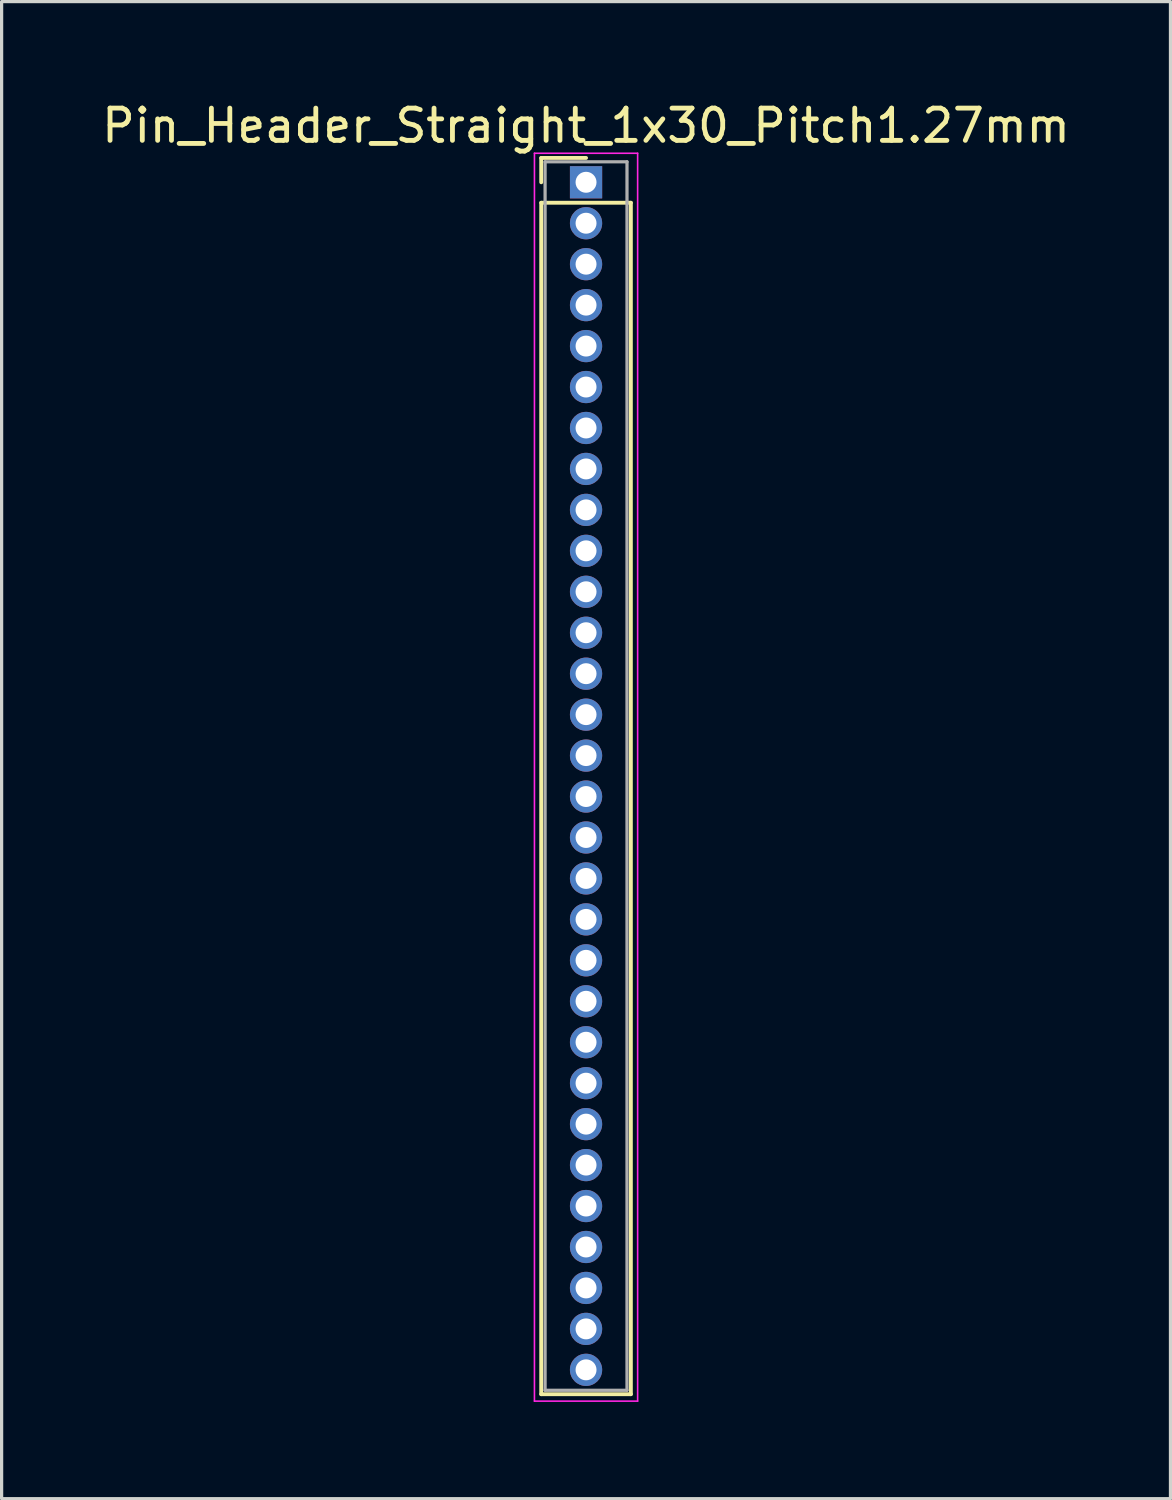
<source format=kicad_pcb>
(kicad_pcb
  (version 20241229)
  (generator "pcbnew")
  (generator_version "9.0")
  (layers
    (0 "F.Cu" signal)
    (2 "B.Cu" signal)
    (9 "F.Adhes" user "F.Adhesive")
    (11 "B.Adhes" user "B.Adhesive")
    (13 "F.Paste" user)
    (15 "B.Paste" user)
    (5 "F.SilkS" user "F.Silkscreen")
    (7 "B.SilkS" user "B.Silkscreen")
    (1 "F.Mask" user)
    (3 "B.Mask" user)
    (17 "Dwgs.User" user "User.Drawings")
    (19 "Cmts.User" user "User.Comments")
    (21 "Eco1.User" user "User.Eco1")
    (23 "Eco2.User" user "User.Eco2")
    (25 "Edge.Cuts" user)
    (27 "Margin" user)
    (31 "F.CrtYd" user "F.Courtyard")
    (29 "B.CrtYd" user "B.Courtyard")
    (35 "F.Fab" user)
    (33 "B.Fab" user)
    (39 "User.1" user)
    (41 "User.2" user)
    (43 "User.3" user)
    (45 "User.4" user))
  (footprint "Pin_Header_Straight_1x30_Pitch1.27mm"
    (layer "F.Cu")
    (at 15.125 2.603)
    (property "Reference" "Pin_Header_Straight_1x30_Pitch1.27mm" (at 0 -1.755 0) (layer "F.SilkS") (effects (font (size 1 1) (thickness 0.15))))
    (attr through_hole)
    (fp_line (start -1.39 -0.755) (end 0 -0.755) (stroke (width 0.12) (type solid)) (layer "F.SilkS"))
    (fp_line (start -1.39 0) (end -1.39 -0.755) (stroke (width 0.12) (type solid)) (layer "F.SilkS"))
    (fp_line (start -1.39 0.635) (end -1.39 37.585) (stroke (width 0.12) (type solid)) (layer "F.SilkS"))
    (fp_line (start -1.39 37.585) (end 1.39 37.585) (stroke (width 0.12) (type solid)) (layer "F.SilkS"))
    (fp_line (start 1.39 0.635) (end -1.39 0.635) (stroke (width 0.12) (type solid)) (layer "F.SilkS"))
    (fp_line (start 1.39 37.585) (end 1.39 0.635) (stroke (width 0.12) (type solid)) (layer "F.SilkS"))
    (fp_line (start -1.6 -0.9) (end -1.6 37.8) (stroke (width 0.05) (type solid)) (layer "F.CrtYd"))
    (fp_line (start -1.6 37.8) (end 1.6 37.8) (stroke (width 0.05) (type solid)) (layer "F.CrtYd"))
    (fp_line (start 1.6 -0.9) (end -1.6 -0.9) (stroke (width 0.05) (type solid)) (layer "F.CrtYd"))
    (fp_line (start 1.6 37.8) (end 1.6 -0.9) (stroke (width 0.05) (type solid)) (layer "F.CrtYd"))
    (fp_line (start -1.27 -0.635) (end -1.27 37.465) (stroke (width 0.1) (type solid)) (layer "F.Fab"))
    (fp_line (start -1.27 37.465) (end 1.27 37.465) (stroke (width 0.1) (type solid)) (layer "F.Fab"))
    (fp_line (start 1.27 -0.635) (end -1.27 -0.635) (stroke (width 0.1) (type solid)) (layer "F.Fab"))
    (fp_line (start 1.27 37.465) (end 1.27 -0.635) (stroke (width 0.1) (type solid)) (layer "F.Fab"))
    (pad "1" thru_hole rect (at 0 0) (size 1 1) (drill 0.65) (layers "*.Cu" "*.Mask"))
    (pad "2" thru_hole oval (at 0 1.27) (size 1 1) (drill 0.65) (layers "*.Cu" "*.Mask"))
    (pad "3" thru_hole oval (at 0 2.54) (size 1 1) (drill 0.65) (layers "*.Cu" "*.Mask"))
    (pad "4" thru_hole oval (at 0 3.81) (size 1 1) (drill 0.65) (layers "*.Cu" "*.Mask"))
    (pad "5" thru_hole oval (at 0 5.08) (size 1 1) (drill 0.65) (layers "*.Cu" "*.Mask"))
    (pad "6" thru_hole oval (at 0 6.35) (size 1 1) (drill 0.65) (layers "*.Cu" "*.Mask"))
    (pad "7" thru_hole oval (at 0 7.62) (size 1 1) (drill 0.65) (layers "*.Cu" "*.Mask"))
    (pad "8" thru_hole oval (at 0 8.89) (size 1 1) (drill 0.65) (layers "*.Cu" "*.Mask"))
    (pad "9" thru_hole oval (at 0 10.16) (size 1 1) (drill 0.65) (layers "*.Cu" "*.Mask"))
    (pad "10" thru_hole oval (at 0 11.43) (size 1 1) (drill 0.65) (layers "*.Cu" "*.Mask"))
    (pad "11" thru_hole oval (at 0 12.7) (size 1 1) (drill 0.65) (layers "*.Cu" "*.Mask"))
    (pad "12" thru_hole oval (at 0 13.97) (size 1 1) (drill 0.65) (layers "*.Cu" "*.Mask"))
    (pad "13" thru_hole oval (at 0 15.24) (size 1 1) (drill 0.65) (layers "*.Cu" "*.Mask"))
    (pad "14" thru_hole oval (at 0 16.51) (size 1 1) (drill 0.65) (layers "*.Cu" "*.Mask"))
    (pad "15" thru_hole oval (at 0 17.78) (size 1 1) (drill 0.65) (layers "*.Cu" "*.Mask"))
    (pad "16" thru_hole oval (at 0 19.05) (size 1 1) (drill 0.65) (layers "*.Cu" "*.Mask"))
    (pad "17" thru_hole oval (at 0 20.32) (size 1 1) (drill 0.65) (layers "*.Cu" "*.Mask"))
    (pad "18" thru_hole oval (at 0 21.59) (size 1 1) (drill 0.65) (layers "*.Cu" "*.Mask"))
    (pad "19" thru_hole oval (at 0 22.86) (size 1 1) (drill 0.65) (layers "*.Cu" "*.Mask"))
    (pad "20" thru_hole oval (at 0 24.13) (size 1 1) (drill 0.65) (layers "*.Cu" "*.Mask"))
    (pad "21" thru_hole oval (at 0 25.4) (size 1 1) (drill 0.65) (layers "*.Cu" "*.Mask"))
    (pad "22" thru_hole oval (at 0 26.67) (size 1 1) (drill 0.65) (layers "*.Cu" "*.Mask"))
    (pad "23" thru_hole oval (at 0 27.94) (size 1 1) (drill 0.65) (layers "*.Cu" "*.Mask"))
    (pad "24" thru_hole oval (at 0 29.21) (size 1 1) (drill 0.65) (layers "*.Cu" "*.Mask"))
    (pad "25" thru_hole oval (at 0 30.48) (size 1 1) (drill 0.65) (layers "*.Cu" "*.Mask"))
    (pad "26" thru_hole oval (at 0 31.75) (size 1 1) (drill 0.65) (layers "*.Cu" "*.Mask"))
    (pad "27" thru_hole oval (at 0 33.02) (size 1 1) (drill 0.65) (layers "*.Cu" "*.Mask"))
    (pad "28" thru_hole oval (at 0 34.29) (size 1 1) (drill 0.65) (layers "*.Cu" "*.Mask"))
    (pad "29" thru_hole oval (at 0 35.56) (size 1 1) (drill 0.65) (layers "*.Cu" "*.Mask"))
    (pad "30" thru_hole oval (at 0 36.83) (size 1 1) (drill 0.65) (layers "*.Cu" "*.Mask")))
  (gr_rect
    (start -3 -3)
    (end 33.25 43.428)
    (stroke (width 0.1) (type default))
    (fill no)
    (layer "Edge.Cuts")))
</source>
